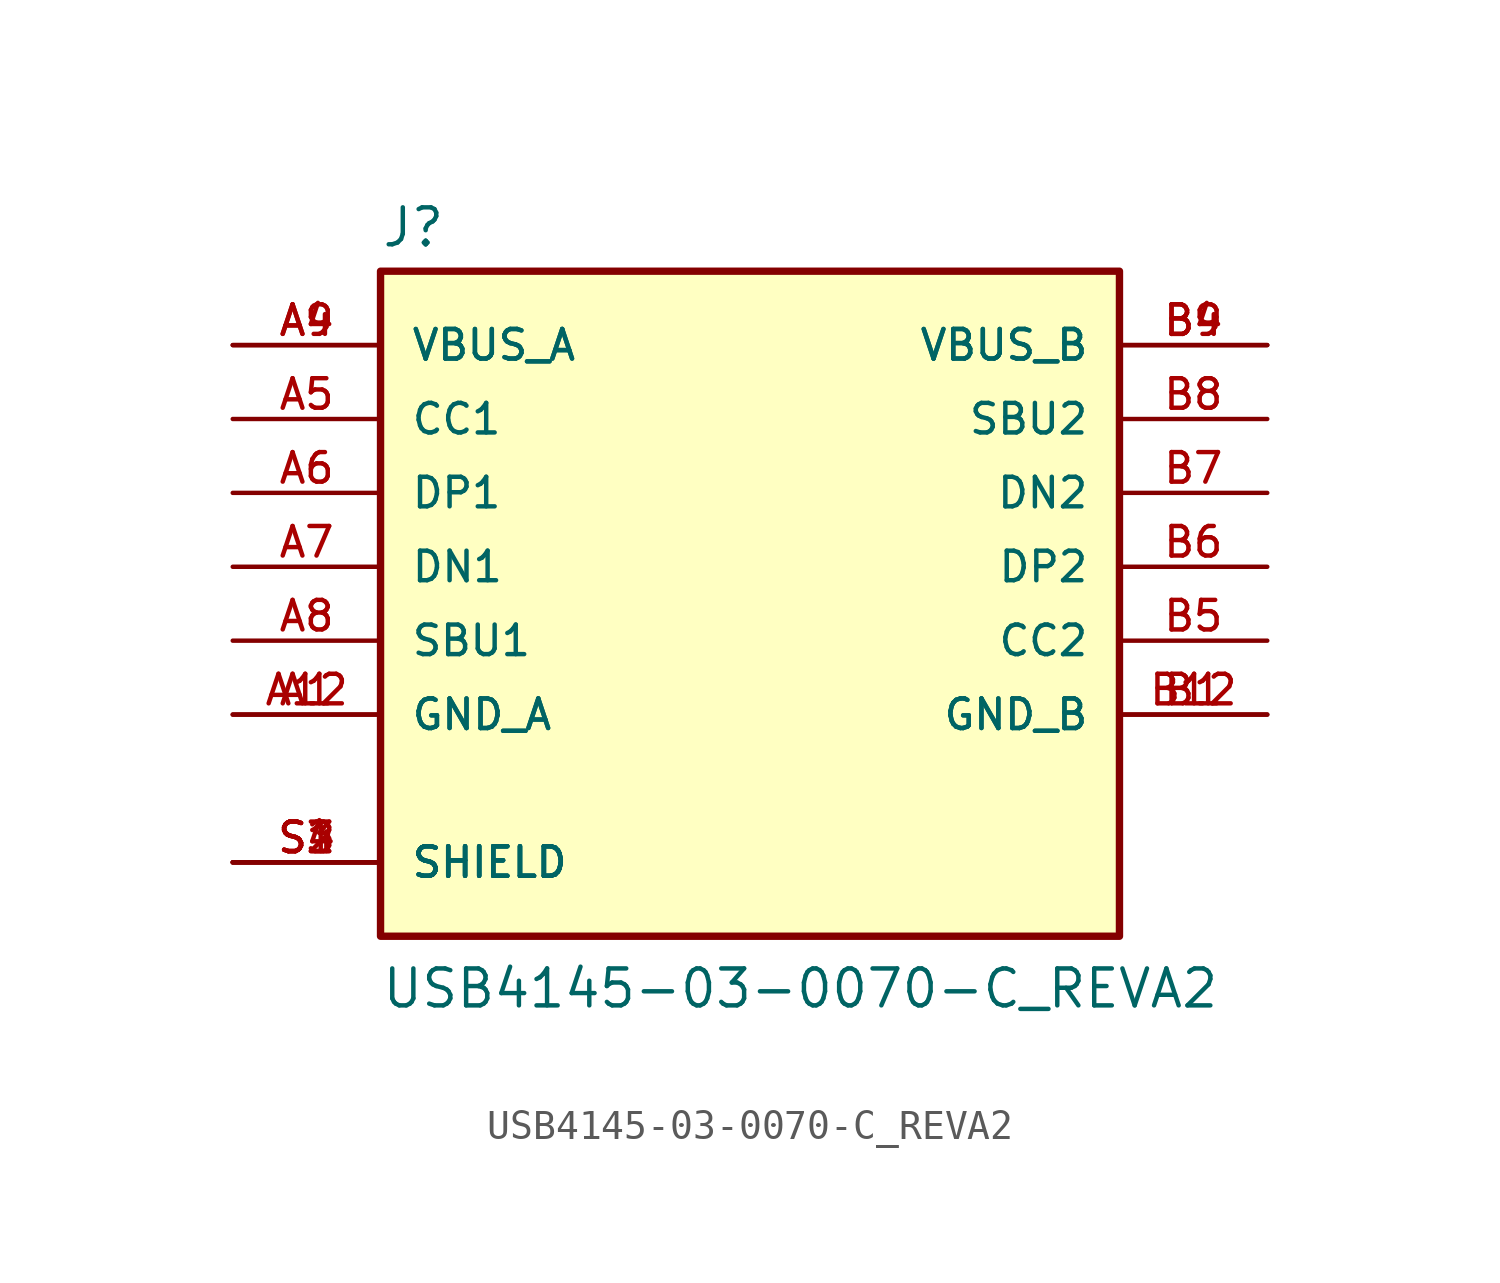
<source format=kicad_sym>
(kicad_symbol_lib
  (version 20211014)
  (generator kicad_symbol_editor)
  (symbol "USB4145-03-0070-C_REVA2"
    (pin_names
      (offset 1.016))
    (property "Reference" "J"
      (at -12.7 10.922 0)
      (effects (font (size 1.27 1.27)) (justify bottom left)))
    (property "Value" "USB4145-03-0070-C_REVA2"
      (at -12.7 -15.24 0)
      (effects (font (size 1.27 1.27)) (justify bottom left)))
    (symbol "USB4145-03-0070-C_REVA2_0_0"
      (rectangle (start -12.7 -12.7) (end 12.7 10.16) (stroke (width 0.254)) (fill (type background)))
      (pin power_in line (at -17.78 -5.08 0) (length 5.08) (name "GND_A" (effects (font (size 1.016 1.016)))) (number "A1" (effects (font (size 1.016 1.016)))))
      (pin power_in line (at -17.78 -5.08 0) (length 5.08) (name "GND_A" (effects (font (size 1.016 1.016)))) (number "A12" (effects (font (size 1.016 1.016)))))
      (pin power_in line (at -17.78 7.62 0) (length 5.08) (name "VBUS_A" (effects (font (size 1.016 1.016)))) (number "A4" (effects (font (size 1.016 1.016)))))
      (pin power_in line (at -17.78 7.62 0) (length 5.08) (name "VBUS_A" (effects (font (size 1.016 1.016)))) (number "A9" (effects (font (size 1.016 1.016)))))
      (pin bidirectional line (at -17.78 2.54 0) (length 5.08) (name "DP1" (effects (font (size 1.016 1.016)))) (number "A6" (effects (font (size 1.016 1.016)))))
      (pin bidirectional line (at -17.78 5.08 0) (length 5.08) (name "CC1" (effects (font (size 1.016 1.016)))) (number "A5" (effects (font (size 1.016 1.016)))))
      (pin bidirectional line (at -17.78 -2.54 0) (length 5.08) (name "SBU1" (effects (font (size 1.016 1.016)))) (number "A8" (effects (font (size 1.016 1.016)))))
      (pin bidirectional line (at -17.78 0.0 0) (length 5.08) (name "DN1" (effects (font (size 1.016 1.016)))) (number "A7" (effects (font (size 1.016 1.016)))))
      (pin passive line (at -17.78 -10.16 0) (length 5.08) (name "SHIELD" (effects (font (size 1.016 1.016)))) (number "S1" (effects (font (size 1.016 1.016)))))
      (pin passive line (at -17.78 -10.16 0) (length 5.08) (name "SHIELD" (effects (font (size 1.016 1.016)))) (number "S2" (effects (font (size 1.016 1.016)))))
      (pin passive line (at -17.78 -10.16 0) (length 5.08) (name "SHIELD" (effects (font (size 1.016 1.016)))) (number "S3" (effects (font (size 1.016 1.016)))))
      (pin passive line (at -17.78 -10.16 0) (length 5.08) (name "SHIELD" (effects (font (size 1.016 1.016)))) (number "S4" (effects (font (size 1.016 1.016)))))
      (pin power_in line (at 17.78 -5.08 180.0) (length 5.08) (name "GND_B" (effects (font (size 1.016 1.016)))) (number "B1" (effects (font (size 1.016 1.016)))))
      (pin power_in line (at 17.78 -5.08 180.0) (length 5.08) (name "GND_B" (effects (font (size 1.016 1.016)))) (number "B12" (effects (font (size 1.016 1.016)))))
      (pin power_in line (at 17.78 7.62 180.0) (length 5.08) (name "VBUS_B" (effects (font (size 1.016 1.016)))) (number "B4" (effects (font (size 1.016 1.016)))))
      (pin power_in line (at 17.78 7.62 180.0) (length 5.08) (name "VBUS_B" (effects (font (size 1.016 1.016)))) (number "B9" (effects (font (size 1.016 1.016)))))
      (pin bidirectional line (at 17.78 0.0 180.0) (length 5.08) (name "DP2" (effects (font (size 1.016 1.016)))) (number "B6" (effects (font (size 1.016 1.016)))))
      (pin bidirectional line (at 17.78 -2.54 180.0) (length 5.08) (name "CC2" (effects (font (size 1.016 1.016)))) (number "B5" (effects (font (size 1.016 1.016)))))
      (pin bidirectional line (at 17.78 5.08 180.0) (length 5.08) (name "SBU2" (effects (font (size 1.016 1.016)))) (number "B8" (effects (font (size 1.016 1.016)))))
      (pin bidirectional line (at 17.78 2.54 180.0) (length 5.08) (name "DN2" (effects (font (size 1.016 1.016)))) (number "B7" (effects (font (size 1.016 1.016))))))))
</source>
